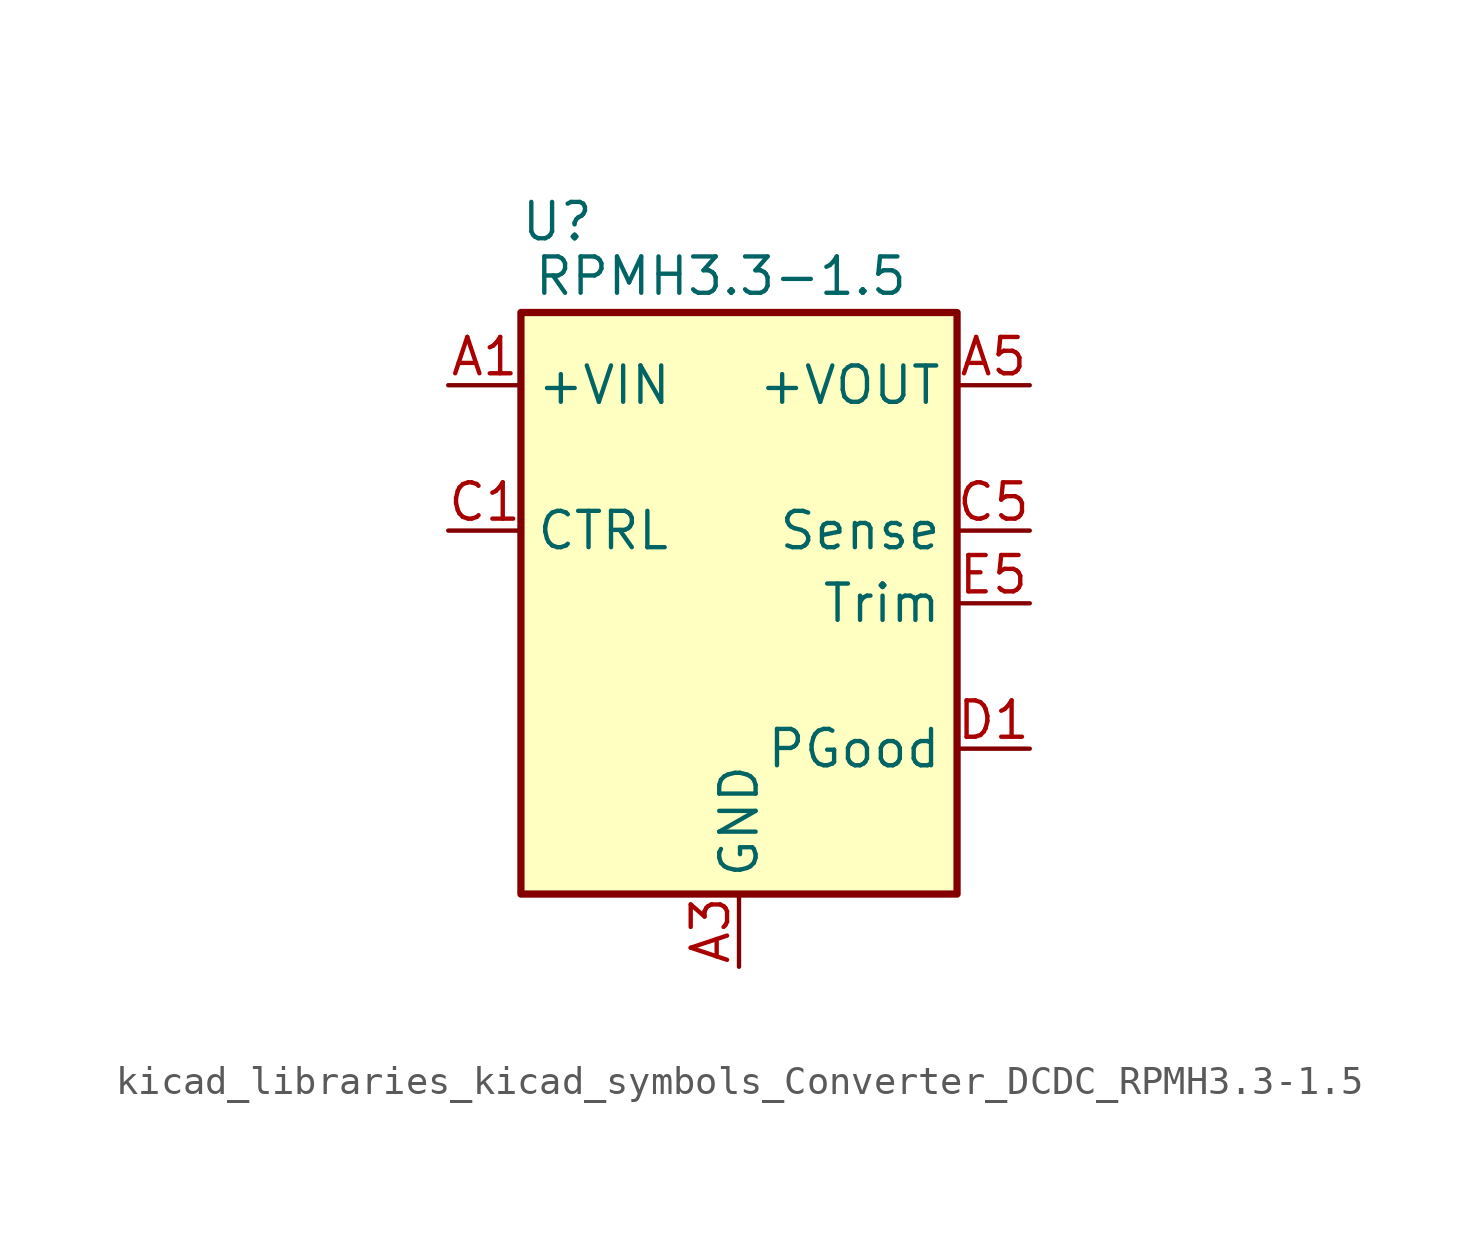
<source format=kicad_sym>
(kicad_symbol_lib
  (version 20220914)
  (generator kicad_symbol_editor)
  (symbol "kicad_libraries_kicad_symbols_Converter_DCDC_RPMH3.3-1.5"
    (property "Reference" "U"
      (at -6.35 13.335 0)
      (effects (font (size 1.27 1.27))))
    (property "Value" "RPMH3.3-1.5"
      (at -0.635 11.43 0)
      (effects (font (size 1.27 1.27))))
    (symbol "kicad_libraries_kicad_symbols_Converter_DCDC_RPMH3.3-1.5_0_1"
      (rectangle (start -7.62 10.16) (end 7.62 -10.16) (stroke (width 0.254) (type default)) (fill (type background))))
    (symbol "kicad_libraries_kicad_symbols_Converter_DCDC_RPMH3.3-1.5_1_1"
      (pin power_in line (at -10.16 7.62 0) (length 2.54) (name "+VIN" (effects (font (size 1.27 1.27)))) (number "A1" (effects (font (size 1.27 1.27)))))
      (pin passive line (at -10.16 7.62 0) (length 2.54) hide (name "+VIN" (effects (font (size 1.27 1.27)))) (number "A2" (effects (font (size 1.27 1.27)))))
      (pin power_in line (at 0 -12.7 90) (length 2.54) (name "GND" (effects (font (size 1.27 1.27)))) (number "A3" (effects (font (size 1.27 1.27)))))
      (pin passive line (at 0 -12.7 90) (length 2.54) hide (name "GND" (effects (font (size 1.27 1.27)))) (number "A4" (effects (font (size 1.27 1.27)))))
      (pin power_out line (at 10.16 7.62 180) (length 2.54) (name "+VOUT" (effects (font (size 1.27 1.27)))) (number "A5" (effects (font (size 1.27 1.27)))))
      (pin passive line (at 0 -12.7 90) (length 2.54) hide (name "GND" (effects (font (size 1.27 1.27)))) (number "B1" (effects (font (size 1.27 1.27)))))
      (pin passive line (at 0 -12.7 90) (length 2.54) hide (name "GND" (effects (font (size 1.27 1.27)))) (number "B2" (effects (font (size 1.27 1.27)))))
      (pin passive line (at 0 -12.7 90) (length 2.54) hide (name "GND" (effects (font (size 1.27 1.27)))) (number "B3" (effects (font (size 1.27 1.27)))))
      (pin passive line (at 0 -12.7 90) (length 2.54) hide (name "GND" (effects (font (size 1.27 1.27)))) (number "B4" (effects (font (size 1.27 1.27)))))
      (pin passive line (at 10.16 7.62 180) (length 2.54) hide (name "+VOUT" (effects (font (size 1.27 1.27)))) (number "B5" (effects (font (size 1.27 1.27)))))
      (pin input line (at -10.16 2.54 0) (length 2.54) (name "CTRL" (effects (font (size 1.27 1.27)))) (number "C1" (effects (font (size 1.27 1.27)))))
      (pin passive line (at 0 -12.7 90) (length 2.54) hide (name "GND" (effects (font (size 1.27 1.27)))) (number "C2" (effects (font (size 1.27 1.27)))))
      (pin passive line (at 0 -12.7 90) (length 2.54) hide (name "GND" (effects (font (size 1.27 1.27)))) (number "C3" (effects (font (size 1.27 1.27)))))
      (pin passive line (at 0 -12.7 90) (length 2.54) hide (name "GND" (effects (font (size 1.27 1.27)))) (number "C4" (effects (font (size 1.27 1.27)))))
      (pin input line (at 10.16 2.54 180) (length 2.54) (name "Sense" (effects (font (size 1.27 1.27)))) (number "C5" (effects (font (size 1.27 1.27)))))
      (pin output line (at 10.16 -5.08 180) (length 2.54) (name "PGood" (effects (font (size 1.27 1.27)))) (number "D1" (effects (font (size 1.27 1.27)))))
      (pin passive line (at 0 -12.7 90) (length 2.54) hide (name "GND" (effects (font (size 1.27 1.27)))) (number "D2" (effects (font (size 1.27 1.27)))))
      (pin passive line (at 0 -12.7 90) (length 2.54) hide (name "GND" (effects (font (size 1.27 1.27)))) (number "D3" (effects (font (size 1.27 1.27)))))
      (pin passive line (at 0 -12.7 90) (length 2.54) hide (name "GND" (effects (font (size 1.27 1.27)))) (number "D4" (effects (font (size 1.27 1.27)))))
      (pin passive line (at 0 -12.7 90) (length 2.54) hide (name "GND" (effects (font (size 1.27 1.27)))) (number "D5" (effects (font (size 1.27 1.27)))))
      (pin no_connect line (at -7.62 -2.54 0) (length 2.54) hide (name "NC" (effects (font (size 1.27 1.27)))) (number "E1" (effects (font (size 1.27 1.27)))))
      (pin no_connect line (at -7.62 -5.08 0) (length 2.54) hide (name "NC" (effects (font (size 1.27 1.27)))) (number "E2" (effects (font (size 1.27 1.27)))))
      (pin passive line (at 0 -12.7 90) (length 2.54) hide (name "GND" (effects (font (size 1.27 1.27)))) (number "E3" (effects (font (size 1.27 1.27)))))
      (pin passive line (at 0 -12.7 90) (length 2.54) hide (name "GND" (effects (font (size 1.27 1.27)))) (number "E4" (effects (font (size 1.27 1.27)))))
      (pin input line (at 10.16 0 180) (length 2.54) (name "Trim" (effects (font (size 1.27 1.27)))) (number "E5" (effects (font (size 1.27 1.27))))))))
</source>
